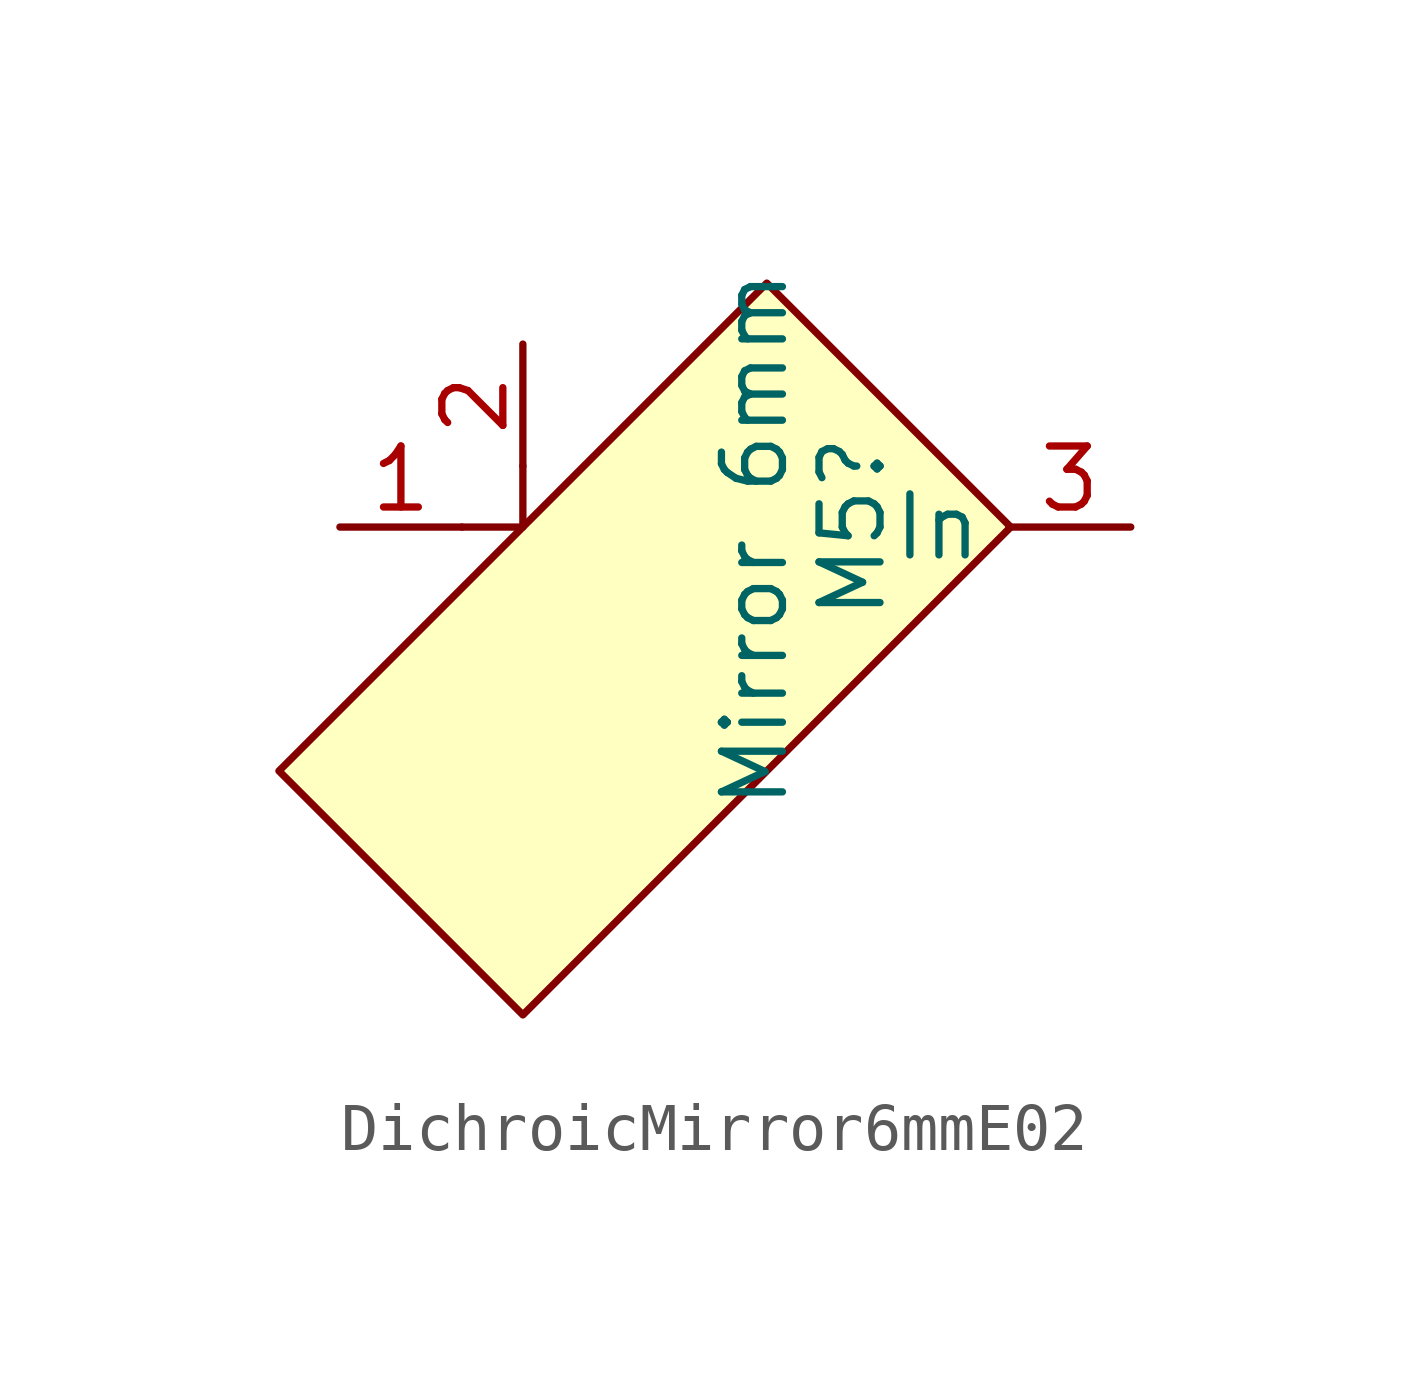
<source format=kicad_sym>
(kicad_symbol_lib
  (version 20241209)
  (generator "kicad_symbol_editor")
  (generator_version "9.0")
  (symbol "DichroicMirror6mmE02"
    (property "Reference" "M5"
      (at 6.858 0 90)
      (effects (font (size 1.27 1.27))))
    (property "Value" "Mirror 6mm"
      (at 4.826 -0.254 90)
      (effects (font (size 1.27 1.27))))
    (symbol "DichroicMirror6mmE02_1_0"
      (pin passive line (at 12.66 0 180) (length 2.54) (name "In" (effects (font (size 1.27 1.27)))) (number "3" (effects (font (size 1.27 1.27))))))
    (symbol "DichroicMirror6mmE02_1_1"
      (polyline (pts (xy -1.27 0) (xy 0 0) (xy 0 1.27)) (stroke (width 0) (type default)) (fill (type none)))
      (polyline (pts (xy 0 0) (xy 5.08 5.08) (xy 10.16 0) (xy 0 -10.16) (xy -5.08 -5.08) (xy 0 0)) (stroke (width 0) (type default)) (fill (type background)))
      (pin passive line (at -3.81 0 0) (length 2.54) (name "Out" (effects (font (size 0 0)))) (number "1" (effects (font (size 1.27 1.27)))))
      (pin passive line (at 0 3.81 270) (length 2.54) (name "In" (effects (font (size 0 0)))) (number "2" (effects (font (size 1.27 1.27))))))))
</source>
